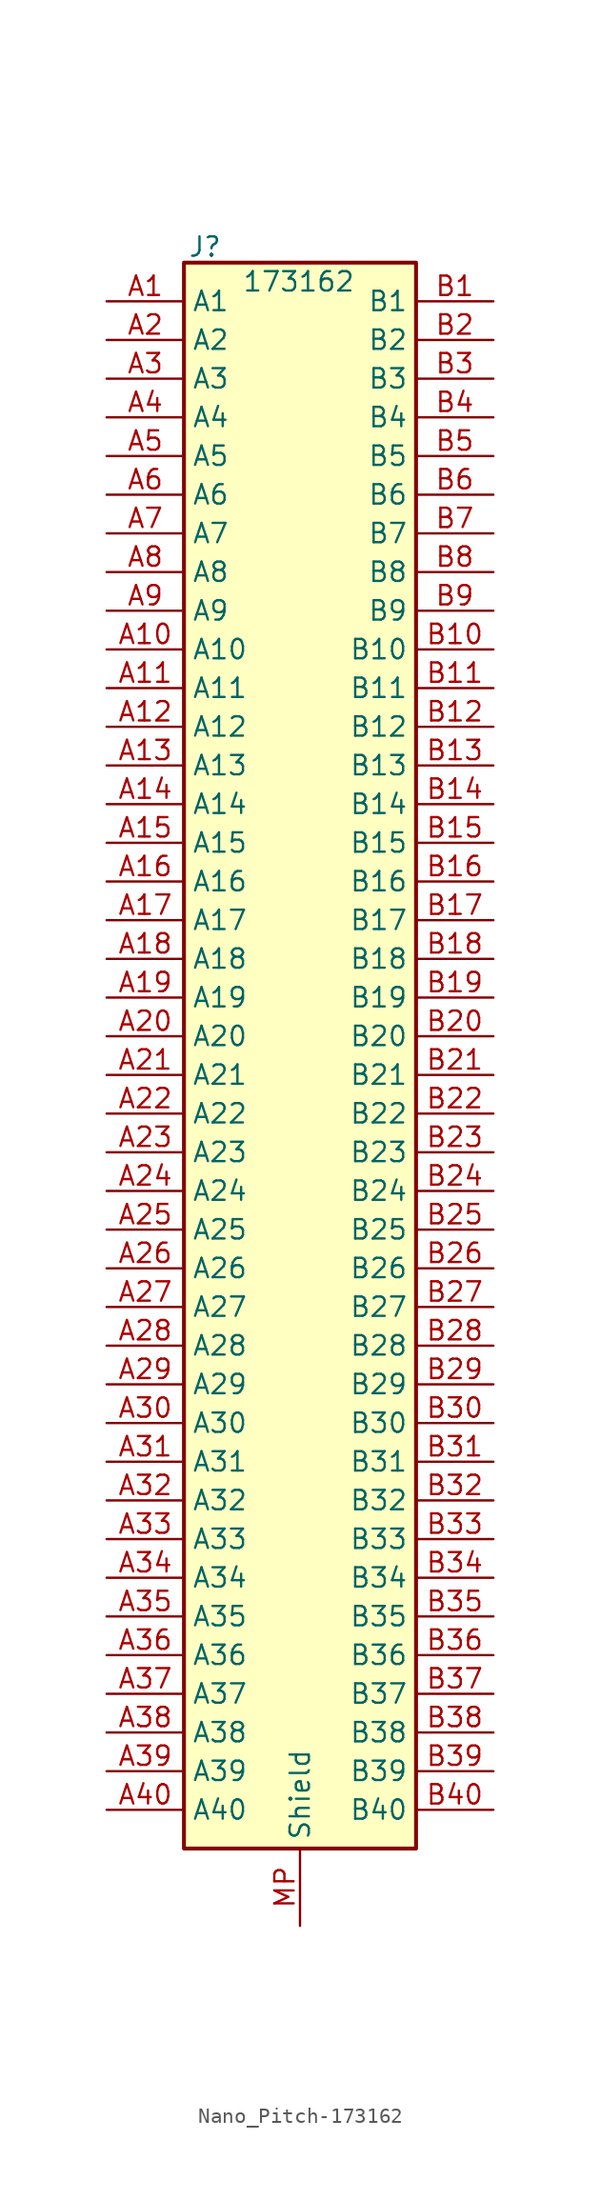
<source format=kicad_sym>
(kicad_symbol_lib
  (version 20241209)
  (generator "kicad_symbol_editor")
  (generator_version "9.0")
  (symbol "Nano_Pitch-173162"
    (property "Reference" "J"
      (at -7.366 51.308 0)
      (effects (font (size 1.27 1.27)) (justify left top)))
    (property "Value" "173162"
      (at -3.81 49.022 0)
      (effects (font (size 1.27 1.27)) (justify left top)))
    (symbol "Nano_Pitch-173162_1_1"
      (rectangle (start -7.62 49.53) (end 7.62 -54.61) (stroke (width 0.254) (type default)) (fill (type background)))
      (pin passive line (at -12.7 46.99 0) (length 5.08) (name "A1" (effects (font (size 1.27 1.27)))) (number "A1" (effects (font (size 1.27 1.27)))))
      (pin passive line (at -12.7 44.45 0) (length 5.08) (name "A2" (effects (font (size 1.27 1.27)))) (number "A2" (effects (font (size 1.27 1.27)))))
      (pin passive line (at -12.7 41.91 0) (length 5.08) (name "A3" (effects (font (size 1.27 1.27)))) (number "A3" (effects (font (size 1.27 1.27)))))
      (pin passive line (at -12.7 39.37 0) (length 5.08) (name "A4" (effects (font (size 1.27 1.27)))) (number "A4" (effects (font (size 1.27 1.27)))))
      (pin passive line (at -12.7 36.83 0) (length 5.08) (name "A5" (effects (font (size 1.27 1.27)))) (number "A5" (effects (font (size 1.27 1.27)))))
      (pin passive line (at -12.7 34.29 0) (length 5.08) (name "A6" (effects (font (size 1.27 1.27)))) (number "A6" (effects (font (size 1.27 1.27)))))
      (pin passive line (at -12.7 31.75 0) (length 5.08) (name "A7" (effects (font (size 1.27 1.27)))) (number "A7" (effects (font (size 1.27 1.27)))))
      (pin passive line (at -12.7 29.21 0) (length 5.08) (name "A8" (effects (font (size 1.27 1.27)))) (number "A8" (effects (font (size 1.27 1.27)))))
      (pin passive line (at -12.7 26.67 0) (length 5.08) (name "A9" (effects (font (size 1.27 1.27)))) (number "A9" (effects (font (size 1.27 1.27)))))
      (pin passive line (at -12.7 24.13 0) (length 5.08) (name "A10" (effects (font (size 1.27 1.27)))) (number "A10" (effects (font (size 1.27 1.27)))))
      (pin passive line (at -12.7 21.59 0) (length 5.08) (name "A11" (effects (font (size 1.27 1.27)))) (number "A11" (effects (font (size 1.27 1.27)))))
      (pin passive line (at -12.7 19.05 0) (length 5.08) (name "A12" (effects (font (size 1.27 1.27)))) (number "A12" (effects (font (size 1.27 1.27)))))
      (pin passive line (at -12.7 16.51 0) (length 5.08) (name "A13" (effects (font (size 1.27 1.27)))) (number "A13" (effects (font (size 1.27 1.27)))))
      (pin passive line (at -12.7 13.97 0) (length 5.08) (name "A14" (effects (font (size 1.27 1.27)))) (number "A14" (effects (font (size 1.27 1.27)))))
      (pin passive line (at -12.7 11.43 0) (length 5.08) (name "A15" (effects (font (size 1.27 1.27)))) (number "A15" (effects (font (size 1.27 1.27)))))
      (pin passive line (at -12.7 8.89 0) (length 5.08) (name "A16" (effects (font (size 1.27 1.27)))) (number "A16" (effects (font (size 1.27 1.27)))))
      (pin passive line (at -12.7 6.35 0) (length 5.08) (name "A17" (effects (font (size 1.27 1.27)))) (number "A17" (effects (font (size 1.27 1.27)))))
      (pin passive line (at -12.7 3.81 0) (length 5.08) (name "A18" (effects (font (size 1.27 1.27)))) (number "A18" (effects (font (size 1.27 1.27)))))
      (pin passive line (at -12.7 1.27 0) (length 5.08) (name "A19" (effects (font (size 1.27 1.27)))) (number "A19" (effects (font (size 1.27 1.27)))))
      (pin passive line (at -12.7 -1.27 0) (length 5.08) (name "A20" (effects (font (size 1.27 1.27)))) (number "A20" (effects (font (size 1.27 1.27)))))
      (pin passive line (at -12.7 -3.81 0) (length 5.08) (name "A21" (effects (font (size 1.27 1.27)))) (number "A21" (effects (font (size 1.27 1.27)))))
      (pin passive line (at -12.7 -6.35 0) (length 5.08) (name "A22" (effects (font (size 1.27 1.27)))) (number "A22" (effects (font (size 1.27 1.27)))))
      (pin passive line (at -12.7 -8.89 0) (length 5.08) (name "A23" (effects (font (size 1.27 1.27)))) (number "A23" (effects (font (size 1.27 1.27)))))
      (pin passive line (at -12.7 -11.43 0) (length 5.08) (name "A24" (effects (font (size 1.27 1.27)))) (number "A24" (effects (font (size 1.27 1.27)))))
      (pin passive line (at -12.7 -13.97 0) (length 5.08) (name "A25" (effects (font (size 1.27 1.27)))) (number "A25" (effects (font (size 1.27 1.27)))))
      (pin passive line (at -12.7 -16.51 0) (length 5.08) (name "A26" (effects (font (size 1.27 1.27)))) (number "A26" (effects (font (size 1.27 1.27)))))
      (pin passive line (at -12.7 -19.05 0) (length 5.08) (name "A27" (effects (font (size 1.27 1.27)))) (number "A27" (effects (font (size 1.27 1.27)))))
      (pin passive line (at -12.7 -21.59 0) (length 5.08) (name "A28" (effects (font (size 1.27 1.27)))) (number "A28" (effects (font (size 1.27 1.27)))))
      (pin passive line (at -12.7 -24.13 0) (length 5.08) (name "A29" (effects (font (size 1.27 1.27)))) (number "A29" (effects (font (size 1.27 1.27)))))
      (pin passive line (at -12.7 -26.67 0) (length 5.08) (name "A30" (effects (font (size 1.27 1.27)))) (number "A30" (effects (font (size 1.27 1.27)))))
      (pin passive line (at -12.7 -29.21 0) (length 5.08) (name "A31" (effects (font (size 1.27 1.27)))) (number "A31" (effects (font (size 1.27 1.27)))))
      (pin passive line (at -12.7 -31.75 0) (length 5.08) (name "A32" (effects (font (size 1.27 1.27)))) (number "A32" (effects (font (size 1.27 1.27)))))
      (pin passive line (at -12.7 -34.29 0) (length 5.08) (name "A33" (effects (font (size 1.27 1.27)))) (number "A33" (effects (font (size 1.27 1.27)))))
      (pin passive line (at -12.7 -36.83 0) (length 5.08) (name "A34" (effects (font (size 1.27 1.27)))) (number "A34" (effects (font (size 1.27 1.27)))))
      (pin passive line (at -12.7 -39.37 0) (length 5.08) (name "A35" (effects (font (size 1.27 1.27)))) (number "A35" (effects (font (size 1.27 1.27)))))
      (pin passive line (at -12.7 -41.91 0) (length 5.08) (name "A36" (effects (font (size 1.27 1.27)))) (number "A36" (effects (font (size 1.27 1.27)))))
      (pin passive line (at -12.7 -44.45 0) (length 5.08) (name "A37" (effects (font (size 1.27 1.27)))) (number "A37" (effects (font (size 1.27 1.27)))))
      (pin passive line (at -12.7 -46.99 0) (length 5.08) (name "A38" (effects (font (size 1.27 1.27)))) (number "A38" (effects (font (size 1.27 1.27)))))
      (pin passive line (at -12.7 -49.53 0) (length 5.08) (name "A39" (effects (font (size 1.27 1.27)))) (number "A39" (effects (font (size 1.27 1.27)))))
      (pin passive line (at -12.7 -52.07 0) (length 5.08) (name "A40" (effects (font (size 1.27 1.27)))) (number "A40" (effects (font (size 1.27 1.27)))))
      (pin passive line (at 0 -59.69 90) (length 5.08) (name "Shield" (effects (font (size 1.27 1.27)))) (number "MP" (effects (font (size 1.27 1.27)))))
      (pin passive line (at 12.7 46.99 180) (length 5.08) (name "B1" (effects (font (size 1.27 1.27)))) (number "B1" (effects (font (size 1.27 1.27)))))
      (pin passive line (at 12.7 44.45 180) (length 5.08) (name "B2" (effects (font (size 1.27 1.27)))) (number "B2" (effects (font (size 1.27 1.27)))))
      (pin passive line (at 12.7 41.91 180) (length 5.08) (name "B3" (effects (font (size 1.27 1.27)))) (number "B3" (effects (font (size 1.27 1.27)))))
      (pin passive line (at 12.7 39.37 180) (length 5.08) (name "B4" (effects (font (size 1.27 1.27)))) (number "B4" (effects (font (size 1.27 1.27)))))
      (pin passive line (at 12.7 36.83 180) (length 5.08) (name "B5" (effects (font (size 1.27 1.27)))) (number "B5" (effects (font (size 1.27 1.27)))))
      (pin passive line (at 12.7 34.29 180) (length 5.08) (name "B6" (effects (font (size 1.27 1.27)))) (number "B6" (effects (font (size 1.27 1.27)))))
      (pin passive line (at 12.7 31.75 180) (length 5.08) (name "B7" (effects (font (size 1.27 1.27)))) (number "B7" (effects (font (size 1.27 1.27)))))
      (pin passive line (at 12.7 29.21 180) (length 5.08) (name "B8" (effects (font (size 1.27 1.27)))) (number "B8" (effects (font (size 1.27 1.27)))))
      (pin passive line (at 12.7 26.67 180) (length 5.08) (name "B9" (effects (font (size 1.27 1.27)))) (number "B9" (effects (font (size 1.27 1.27)))))
      (pin passive line (at 12.7 24.13 180) (length 5.08) (name "B10" (effects (font (size 1.27 1.27)))) (number "B10" (effects (font (size 1.27 1.27)))))
      (pin passive line (at 12.7 21.59 180) (length 5.08) (name "B11" (effects (font (size 1.27 1.27)))) (number "B11" (effects (font (size 1.27 1.27)))))
      (pin passive line (at 12.7 19.05 180) (length 5.08) (name "B12" (effects (font (size 1.27 1.27)))) (number "B12" (effects (font (size 1.27 1.27)))))
      (pin passive line (at 12.7 16.51 180) (length 5.08) (name "B13" (effects (font (size 1.27 1.27)))) (number "B13" (effects (font (size 1.27 1.27)))))
      (pin passive line (at 12.7 13.97 180) (length 5.08) (name "B14" (effects (font (size 1.27 1.27)))) (number "B14" (effects (font (size 1.27 1.27)))))
      (pin passive line (at 12.7 11.43 180) (length 5.08) (name "B15" (effects (font (size 1.27 1.27)))) (number "B15" (effects (font (size 1.27 1.27)))))
      (pin passive line (at 12.7 8.89 180) (length 5.08) (name "B16" (effects (font (size 1.27 1.27)))) (number "B16" (effects (font (size 1.27 1.27)))))
      (pin passive line (at 12.7 6.35 180) (length 5.08) (name "B17" (effects (font (size 1.27 1.27)))) (number "B17" (effects (font (size 1.27 1.27)))))
      (pin passive line (at 12.7 3.81 180) (length 5.08) (name "B18" (effects (font (size 1.27 1.27)))) (number "B18" (effects (font (size 1.27 1.27)))))
      (pin passive line (at 12.7 1.27 180) (length 5.08) (name "B19" (effects (font (size 1.27 1.27)))) (number "B19" (effects (font (size 1.27 1.27)))))
      (pin passive line (at 12.7 -1.27 180) (length 5.08) (name "B20" (effects (font (size 1.27 1.27)))) (number "B20" (effects (font (size 1.27 1.27)))))
      (pin passive line (at 12.7 -3.81 180) (length 5.08) (name "B21" (effects (font (size 1.27 1.27)))) (number "B21" (effects (font (size 1.27 1.27)))))
      (pin passive line (at 12.7 -6.35 180) (length 5.08) (name "B22" (effects (font (size 1.27 1.27)))) (number "B22" (effects (font (size 1.27 1.27)))))
      (pin passive line (at 12.7 -8.89 180) (length 5.08) (name "B23" (effects (font (size 1.27 1.27)))) (number "B23" (effects (font (size 1.27 1.27)))))
      (pin passive line (at 12.7 -11.43 180) (length 5.08) (name "B24" (effects (font (size 1.27 1.27)))) (number "B24" (effects (font (size 1.27 1.27)))))
      (pin passive line (at 12.7 -13.97 180) (length 5.08) (name "B25" (effects (font (size 1.27 1.27)))) (number "B25" (effects (font (size 1.27 1.27)))))
      (pin passive line (at 12.7 -16.51 180) (length 5.08) (name "B26" (effects (font (size 1.27 1.27)))) (number "B26" (effects (font (size 1.27 1.27)))))
      (pin passive line (at 12.7 -19.05 180) (length 5.08) (name "B27" (effects (font (size 1.27 1.27)))) (number "B27" (effects (font (size 1.27 1.27)))))
      (pin passive line (at 12.7 -21.59 180) (length 5.08) (name "B28" (effects (font (size 1.27 1.27)))) (number "B28" (effects (font (size 1.27 1.27)))))
      (pin passive line (at 12.7 -24.13 180) (length 5.08) (name "B29" (effects (font (size 1.27 1.27)))) (number "B29" (effects (font (size 1.27 1.27)))))
      (pin passive line (at 12.7 -26.67 180) (length 5.08) (name "B30" (effects (font (size 1.27 1.27)))) (number "B30" (effects (font (size 1.27 1.27)))))
      (pin passive line (at 12.7 -29.21 180) (length 5.08) (name "B31" (effects (font (size 1.27 1.27)))) (number "B31" (effects (font (size 1.27 1.27)))))
      (pin passive line (at 12.7 -31.75 180) (length 5.08) (name "B32" (effects (font (size 1.27 1.27)))) (number "B32" (effects (font (size 1.27 1.27)))))
      (pin passive line (at 12.7 -34.29 180) (length 5.08) (name "B33" (effects (font (size 1.27 1.27)))) (number "B33" (effects (font (size 1.27 1.27)))))
      (pin passive line (at 12.7 -36.83 180) (length 5.08) (name "B34" (effects (font (size 1.27 1.27)))) (number "B34" (effects (font (size 1.27 1.27)))))
      (pin passive line (at 12.7 -39.37 180) (length 5.08) (name "B35" (effects (font (size 1.27 1.27)))) (number "B35" (effects (font (size 1.27 1.27)))))
      (pin passive line (at 12.7 -41.91 180) (length 5.08) (name "B36" (effects (font (size 1.27 1.27)))) (number "B36" (effects (font (size 1.27 1.27)))))
      (pin passive line (at 12.7 -44.45 180) (length 5.08) (name "B37" (effects (font (size 1.27 1.27)))) (number "B37" (effects (font (size 1.27 1.27)))))
      (pin passive line (at 12.7 -46.99 180) (length 5.08) (name "B38" (effects (font (size 1.27 1.27)))) (number "B38" (effects (font (size 1.27 1.27)))))
      (pin passive line (at 12.7 -49.53 180) (length 5.08) (name "B39" (effects (font (size 1.27 1.27)))) (number "B39" (effects (font (size 1.27 1.27)))))
      (pin passive line (at 12.7 -52.07 180) (length 5.08) (name "B40" (effects (font (size 1.27 1.27)))) (number "B40" (effects (font (size 1.27 1.27))))))))
</source>
